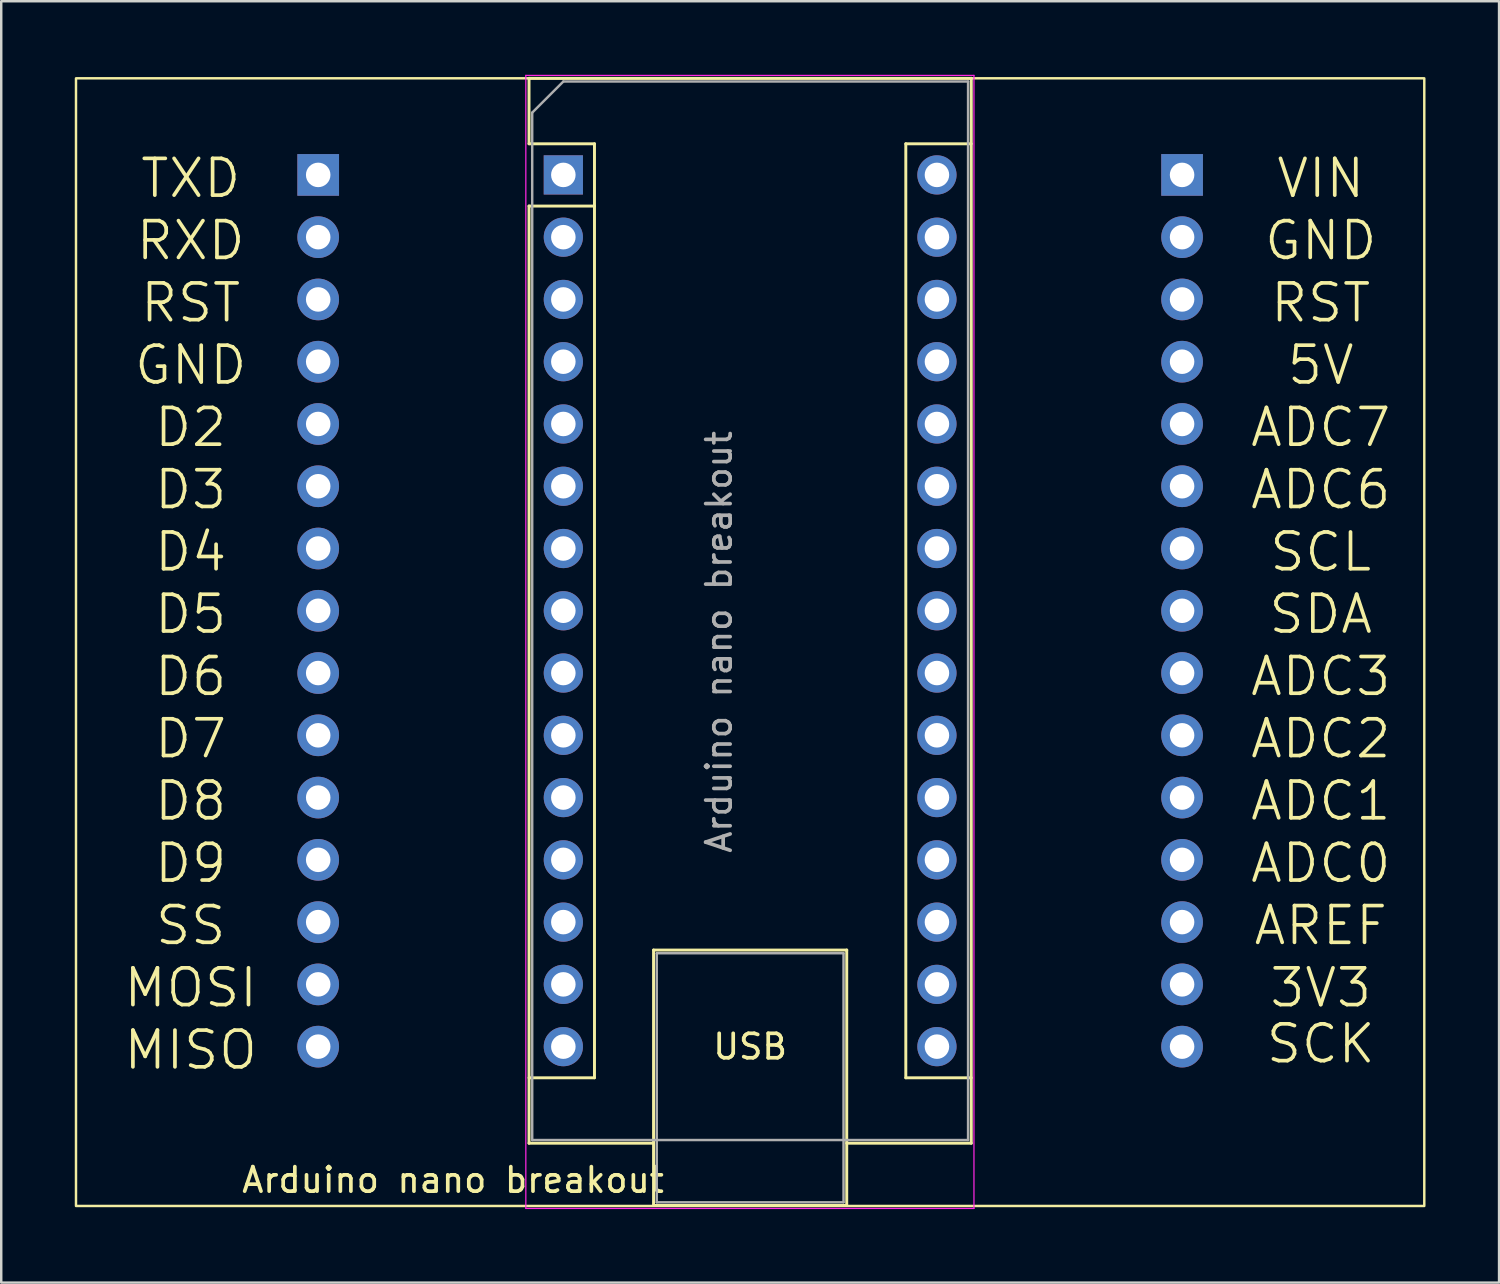
<source format=kicad_pcb>
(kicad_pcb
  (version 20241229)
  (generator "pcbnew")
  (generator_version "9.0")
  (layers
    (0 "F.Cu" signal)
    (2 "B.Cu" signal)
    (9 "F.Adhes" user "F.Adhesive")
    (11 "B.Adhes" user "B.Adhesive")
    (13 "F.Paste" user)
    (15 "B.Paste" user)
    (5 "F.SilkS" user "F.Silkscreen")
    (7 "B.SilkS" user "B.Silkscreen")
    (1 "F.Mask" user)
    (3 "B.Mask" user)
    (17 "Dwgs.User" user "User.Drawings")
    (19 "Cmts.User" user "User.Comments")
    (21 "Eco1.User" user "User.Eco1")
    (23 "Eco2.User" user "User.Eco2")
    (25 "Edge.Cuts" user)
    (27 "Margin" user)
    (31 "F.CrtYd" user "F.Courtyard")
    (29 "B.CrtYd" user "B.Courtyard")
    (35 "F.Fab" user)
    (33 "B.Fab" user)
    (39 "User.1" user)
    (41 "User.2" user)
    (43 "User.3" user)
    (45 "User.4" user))
  (footprint "Arduino nano breakout"
    (layer "F.Cu")
    (at 19.93 4.085)
    (property "Reference" "Arduino nano breakout" (at -4.5 41 0) (layer "F.SilkS") (effects (font (size 1 1) (thickness 0.15))))
    (attr through_hole)
    (fp_line (start -1.4 -3.94) (end -1.4 -1.27) (stroke (width 0.12) (type solid)) (layer "F.SilkS"))
    (fp_line (start -1.4 1.27) (end -1.4 39.5) (stroke (width 0.12) (type solid)) (layer "F.SilkS"))
    (fp_line (start -1.4 39.5) (end 3.68 39.5) (stroke (width 0.12) (type solid)) (layer "F.SilkS"))
    (fp_line (start 1.27 -1.27) (end -1.4 -1.27) (stroke (width 0.12) (type solid)) (layer "F.SilkS"))
    (fp_line (start 1.27 1.27) (end -1.4 1.27) (stroke (width 0.12) (type solid)) (layer "F.SilkS"))
    (fp_line (start 1.27 1.27) (end 1.27 -1.27) (stroke (width 0.12) (type solid)) (layer "F.SilkS"))
    (fp_line (start 1.27 1.27) (end 1.27 36.83) (stroke (width 0.12) (type solid)) (layer "F.SilkS"))
    (fp_line (start 1.27 36.83) (end -1.4 36.83) (stroke (width 0.12) (type solid)) (layer "F.SilkS"))
    (fp_line (start 3.68 31.62) (end 11.56 31.62) (stroke (width 0.12) (type solid)) (layer "F.SilkS"))
    (fp_line (start 3.68 42.04) (end 3.68 31.62) (stroke (width 0.12) (type solid)) (layer "F.SilkS"))
    (fp_line (start 11.56 31.62) (end 11.56 42.04) (stroke (width 0.12) (type solid)) (layer "F.SilkS"))
    (fp_line (start 11.56 42.04) (end 3.68 42.04) (stroke (width 0.12) (type solid)) (layer "F.SilkS"))
    (fp_line (start 13.97 -1.27) (end 13.97 36.83) (stroke (width 0.12) (type solid)) (layer "F.SilkS"))
    (fp_line (start 13.97 -1.27) (end 16.64 -1.27) (stroke (width 0.12) (type solid)) (layer "F.SilkS"))
    (fp_line (start 13.97 36.83) (end 16.64 36.83) (stroke (width 0.12) (type solid)) (layer "F.SilkS"))
    (fp_line (start 16.64 -3.94) (end -1.4 -3.94) (stroke (width 0.12) (type solid)) (layer "F.SilkS"))
    (fp_line (start 16.64 39.5) (end 11.56 39.5) (stroke (width 0.12) (type solid)) (layer "F.SilkS"))
    (fp_line (start 16.64 39.5) (end 16.64 -3.94) (stroke (width 0.12) (type solid)) (layer "F.SilkS"))
    (fp_rect (start -19.88 -3.94) (end 35.12 42.06) (stroke (width 0.1) (type default)) (fill no) (layer "F.SilkS"))
    (fp_line (start -1.53 -4.06) (end -1.53 42.16) (stroke (width 0.05) (type solid)) (layer "F.CrtYd"))
    (fp_line (start -1.53 -4.06) (end 16.75 -4.06) (stroke (width 0.05) (type solid)) (layer "F.CrtYd"))
    (fp_line (start 16.75 42.16) (end -1.53 42.16) (stroke (width 0.05) (type solid)) (layer "F.CrtYd"))
    (fp_line (start 16.75 42.16) (end 16.75 -4.06) (stroke (width 0.05) (type solid)) (layer "F.CrtYd"))
    (fp_line (start -1.27 -2.54) (end 0 -3.81) (stroke (width 0.1) (type solid)) (layer "F.Fab"))
    (fp_line (start -1.27 39.37) (end -1.27 -2.54) (stroke (width 0.1) (type solid)) (layer "F.Fab"))
    (fp_line (start 0 -3.81) (end 16.51 -3.81) (stroke (width 0.1) (type solid)) (layer "F.Fab"))
    (fp_line (start 3.81 31.75) (end 11.43 31.75) (stroke (width 0.1) (type solid)) (layer "F.Fab"))
    (fp_line (start 3.81 41.91) (end 3.81 31.75) (stroke (width 0.1) (type solid)) (layer "F.Fab"))
    (fp_line (start 11.43 31.75) (end 11.43 41.91) (stroke (width 0.1) (type solid)) (layer "F.Fab"))
    (fp_line (start 11.43 41.91) (end 3.81 41.91) (stroke (width 0.1) (type solid)) (layer "F.Fab"))
    (fp_line (start 16.51 -3.81) (end 16.51 39.37) (stroke (width 0.1) (type solid)) (layer "F.Fab"))
    (fp_line (start 16.51 39.37) (end -1.27 39.37) (stroke (width 0.1) (type solid)) (layer "F.Fab"))
    (fp_text user "3V3" (at 28.726 34.036 0) (unlocked yes) (layer "F.SilkS") (effects (font (size 1.5 1.5) (thickness 0.15)) (justify left bottom)))
    (fp_text user "D8\n" (at -16.764 26.416 0) (unlocked yes) (layer "F.SilkS") (effects (font (size 1.5 1.5) (thickness 0.15)) (justify left bottom)))
    (fp_text user "5V" (at 29.44 8.636 0) (unlocked yes) (layer "F.SilkS") (effects (font (size 1.5 1.5) (thickness 0.15)) (justify left bottom)))
    (fp_text user "D3" (at -16.764 13.716 0) (unlocked yes) (layer "F.SilkS") (effects (font (size 1.5 1.5) (thickness 0.15)) (justify left bottom)))
    (fp_text user "MOSI" (at -18.014 34.036 0) (unlocked yes) (layer "F.SilkS") (effects (font (size 1.5 1.5) (thickness 0.15)) (justify left bottom)))
    (fp_text user "RST" (at 28.762 6.096 0) (unlocked yes) (layer "F.SilkS") (effects (font (size 1.5 1.5) (thickness 0.15)) (justify left bottom)))
    (fp_text user "D9\n" (at -16.764 28.956 0) (unlocked yes) (layer "F.SilkS") (effects (font (size 1.5 1.5) (thickness 0.15)) (justify left bottom)))
    (fp_text user "GND" (at -17.585 8.636 0) (unlocked yes) (layer "F.SilkS") (effects (font (size 1.5 1.5) (thickness 0.15)) (justify left bottom)))
    (fp_text user "GND" (at 28.512 3.556 0) (unlocked yes) (layer "F.SilkS") (effects (font (size 1.5 1.5) (thickness 0.15)) (justify left bottom)))
    (fp_text user "SDA" (at 28.69 18.796 0) (unlocked yes) (layer "F.SilkS") (effects (font (size 1.5 1.5) (thickness 0.15)) (justify left bottom)))
    (fp_text user "RXD" (at -17.514 3.556 0) (unlocked yes) (layer "F.SilkS") (effects (font (size 1.5 1.5) (thickness 0.15)) (justify left bottom)))
    (fp_text user "ADC3" (at 27.94 21.336 0) (unlocked yes) (layer "F.SilkS") (effects (font (size 1.5 1.5) (thickness 0.15)) (justify left bottom)))
    (fp_text user "D6\n" (at -16.764 21.336 0) (unlocked yes) (layer "F.SilkS") (effects (font (size 1.5 1.5) (thickness 0.15)) (justify left bottom)))
    (fp_text user "ADC1\n" (at 27.94 26.416 0) (unlocked yes) (layer "F.SilkS") (effects (font (size 1.5 1.5) (thickness 0.15)) (justify left bottom)))
    (fp_text user "SS" (at -16.728 31.496 0) (unlocked yes) (layer "F.SilkS") (effects (font (size 1.5 1.5) (thickness 0.15)) (justify left bottom)))
    (fp_text user "ADC7" (at 27.94 11.176 0) (unlocked yes) (layer "F.SilkS") (effects (font (size 1.5 1.5) (thickness 0.15)) (justify left bottom)))
    (fp_text user "AREF" (at 28.083 31.496 0) (unlocked yes) (layer "F.SilkS") (effects (font (size 1.5 1.5) (thickness 0.15)) (justify left bottom)))
    (fp_text user "RST" (at -17.335 6.096 0) (unlocked yes) (layer "F.SilkS") (effects (font (size 1.5 1.5) (thickness 0.15)) (justify left bottom)))
    (fp_text user "ADC2" (at 27.94 23.876 0) (unlocked yes) (layer "F.SilkS") (effects (font (size 1.5 1.5) (thickness 0.15)) (justify left bottom)))
    (fp_text user "ADC0" (at 27.94 28.956 0) (unlocked yes) (layer "F.SilkS") (effects (font (size 1.5 1.5) (thickness 0.15)) (justify left bottom)))
    (fp_text user "D4" (at -16.764 16.256 0) (unlocked yes) (layer "F.SilkS") (effects (font (size 1.5 1.5) (thickness 0.15)) (justify left bottom)))
    (fp_text user "VIN" (at 29.012 1.016 0) (unlocked yes) (layer "F.SilkS") (effects (font (size 1.5 1.5) (thickness 0.15)) (justify left bottom)))
    (fp_text user "TXD" (at -17.335 1.016 0) (unlocked yes) (layer "F.SilkS") (effects (font (size 1.5 1.5) (thickness 0.15)) (justify left bottom)))
    (fp_text user "USB" (at 7.62 35.56 0) (unlocked yes) (layer "F.SilkS") (effects (font (size 1 1) (thickness 0.15))))
    (fp_text user "D5\n" (at -16.764 18.796 0) (unlocked yes) (layer "F.SilkS") (effects (font (size 1.5 1.5) (thickness 0.15)) (justify left bottom)))
    (fp_text user "MISO" (at -18.014 36.576 0) (unlocked yes) (layer "F.SilkS") (effects (font (size 1.5 1.5) (thickness 0.15)) (justify left bottom)))
    (fp_text user "D2" (at -16.764 11.176 0) (unlocked yes) (layer "F.SilkS") (effects (font (size 1.5 1.5) (thickness 0.15)) (justify left bottom)))
    (fp_text user "ADC6" (at 27.94 13.716 0) (unlocked yes) (layer "F.SilkS") (effects (font (size 1.5 1.5) (thickness 0.15)) (justify left bottom)))
    (fp_text user "D7\n" (at -16.764 23.876 0) (unlocked yes) (layer "F.SilkS") (effects (font (size 1.5 1.5) (thickness 0.15)) (justify left bottom)))
    (fp_text user "SCK" (at 28.583 36.322 0) (unlocked yes) (layer "F.SilkS") (effects (font (size 1.5 1.5) (thickness 0.15)) (justify left bottom)))
    (fp_text user "SCL" (at 28.726 16.256 0) (unlocked yes) (layer "F.SilkS") (effects (font (size 1.5 1.5) (thickness 0.15)) (justify left bottom)))
    (fp_text user "${REFERENCE}" (at 6.35 19.05 90) (layer "F.Fab") (effects (font (size 1 1) (thickness 0.15))))
    (pad "1" thru_hole rect (at -10 0) (size 1.7 1.7) (drill 1) (layers "*.Cu" "*.Mask"))
    (pad "1" thru_hole rect (at 0 0) (size 1.6 1.6) (drill 1) (layers "*.Cu" "*.Mask"))
    (pad "2" thru_hole oval (at -10 2.54) (size 1.7 1.7) (drill 1) (layers "*.Cu" "*.Mask"))
    (pad "2" thru_hole oval (at 0 2.54) (size 1.6 1.6) (drill 1) (layers "*.Cu" "*.Mask"))
    (pad "3" thru_hole oval (at -10 5.08) (size 1.7 1.7) (drill 1) (layers "*.Cu" "*.Mask"))
    (pad "3" thru_hole oval (at 0 5.08) (size 1.6 1.6) (drill 1) (layers "*.Cu" "*.Mask"))
    (pad "4" thru_hole oval (at -10 7.62) (size 1.7 1.7) (drill 1) (layers "*.Cu" "*.Mask"))
    (pad "4" thru_hole oval (at 0 7.62) (size 1.6 1.6) (drill 1) (layers "*.Cu" "*.Mask"))
    (pad "5" thru_hole oval (at -10 10.16) (size 1.7 1.7) (drill 1) (layers "*.Cu" "*.Mask"))
    (pad "5" thru_hole oval (at 0 10.16) (size 1.6 1.6) (drill 1) (layers "*.Cu" "*.Mask"))
    (pad "6" thru_hole oval (at -10 12.7) (size 1.7 1.7) (drill 1) (layers "*.Cu" "*.Mask"))
    (pad "6" thru_hole oval (at 0 12.7) (size 1.6 1.6) (drill 1) (layers "*.Cu" "*.Mask"))
    (pad "7" thru_hole oval (at -10 15.24) (size 1.7 1.7) (drill 1) (layers "*.Cu" "*.Mask"))
    (pad "7" thru_hole oval (at 0 15.24) (size 1.6 1.6) (drill 1) (layers "*.Cu" "*.Mask"))
    (pad "8" thru_hole oval (at -10 17.78) (size 1.7 1.7) (drill 1) (layers "*.Cu" "*.Mask"))
    (pad "8" thru_hole oval (at 0 17.78) (size 1.6 1.6) (drill 1) (layers "*.Cu" "*.Mask"))
    (pad "9" thru_hole oval (at -10 20.32) (size 1.7 1.7) (drill 1) (layers "*.Cu" "*.Mask"))
    (pad "9" thru_hole oval (at 0 20.32) (size 1.6 1.6) (drill 1) (layers "*.Cu" "*.Mask"))
    (pad "10" thru_hole oval (at -10 22.86) (size 1.7 1.7) (drill 1) (layers "*.Cu" "*.Mask"))
    (pad "10" thru_hole oval (at 0 22.86) (size 1.6 1.6) (drill 1) (layers "*.Cu" "*.Mask"))
    (pad "11" thru_hole oval (at -10 25.4) (size 1.7 1.7) (drill 1) (layers "*.Cu" "*.Mask"))
    (pad "11" thru_hole oval (at 0 25.4) (size 1.6 1.6) (drill 1) (layers "*.Cu" "*.Mask"))
    (pad "12" thru_hole oval (at -10 27.94) (size 1.7 1.7) (drill 1) (layers "*.Cu" "*.Mask"))
    (pad "12" thru_hole oval (at 0 27.94) (size 1.6 1.6) (drill 1) (layers "*.Cu" "*.Mask"))
    (pad "13" thru_hole oval (at -10 30.48) (size 1.7 1.7) (drill 1) (layers "*.Cu" "*.Mask"))
    (pad "13" thru_hole oval (at 0 30.48) (size 1.6 1.6) (drill 1) (layers "*.Cu" "*.Mask"))
    (pad "14" thru_hole oval (at -10 33.02) (size 1.7 1.7) (drill 1) (layers "*.Cu" "*.Mask"))
    (pad "14" thru_hole oval (at 0 33.02) (size 1.6 1.6) (drill 1) (layers "*.Cu" "*.Mask"))
    (pad "15" thru_hole oval (at -10 35.56) (size 1.7 1.7) (drill 1) (layers "*.Cu" "*.Mask"))
    (pad "15" thru_hole oval (at 0 35.56) (size 1.6 1.6) (drill 1) (layers "*.Cu" "*.Mask"))
    (pad "16" thru_hole oval (at 15.24 35.56) (size 1.6 1.6) (drill 1) (layers "*.Cu" "*.Mask"))
    (pad "16" thru_hole oval (at 25.24 35.56) (size 1.7 1.7) (drill 1) (layers "*.Cu" "*.Mask"))
    (pad "17" thru_hole oval (at 15.24 33.02) (size 1.6 1.6) (drill 1) (layers "*.Cu" "*.Mask"))
    (pad "17" thru_hole oval (at 25.24 33.02) (size 1.7 1.7) (drill 1) (layers "*.Cu" "*.Mask"))
    (pad "18" thru_hole oval (at 15.24 30.48) (size 1.6 1.6) (drill 1) (layers "*.Cu" "*.Mask"))
    (pad "18" thru_hole oval (at 25.24 30.48) (size 1.7 1.7) (drill 1) (layers "*.Cu" "*.Mask"))
    (pad "19" thru_hole oval (at 15.24 27.94) (size 1.6 1.6) (drill 1) (layers "*.Cu" "*.Mask"))
    (pad "19" thru_hole oval (at 25.24 27.94) (size 1.7 1.7) (drill 1) (layers "*.Cu" "*.Mask"))
    (pad "20" thru_hole oval (at 15.24 25.4) (size 1.6 1.6) (drill 1) (layers "*.Cu" "*.Mask"))
    (pad "20" thru_hole oval (at 25.24 25.4) (size 1.7 1.7) (drill 1) (layers "*.Cu" "*.Mask"))
    (pad "21" thru_hole oval (at 15.24 22.86) (size 1.6 1.6) (drill 1) (layers "*.Cu" "*.Mask"))
    (pad "21" thru_hole oval (at 25.24 22.86) (size 1.7 1.7) (drill 1) (layers "*.Cu" "*.Mask"))
    (pad "22" thru_hole oval (at 15.24 20.32) (size 1.6 1.6) (drill 1) (layers "*.Cu" "*.Mask"))
    (pad "22" thru_hole oval (at 25.24 20.32) (size 1.7 1.7) (drill 1) (layers "*.Cu" "*.Mask"))
    (pad "23" thru_hole oval (at 15.24 17.78) (size 1.6 1.6) (drill 1) (layers "*.Cu" "*.Mask"))
    (pad "23" thru_hole oval (at 25.24 17.78) (size 1.7 1.7) (drill 1) (layers "*.Cu" "*.Mask"))
    (pad "24" thru_hole oval (at 15.24 15.24) (size 1.6 1.6) (drill 1) (layers "*.Cu" "*.Mask"))
    (pad "24" thru_hole oval (at 25.24 15.24) (size 1.7 1.7) (drill 1) (layers "*.Cu" "*.Mask"))
    (pad "25" thru_hole oval (at 15.24 12.7) (size 1.6 1.6) (drill 1) (layers "*.Cu" "*.Mask"))
    (pad "25" thru_hole oval (at 25.24 12.7) (size 1.7 1.7) (drill 1) (layers "*.Cu" "*.Mask"))
    (pad "26" thru_hole oval (at 15.24 10.16) (size 1.6 1.6) (drill 1) (layers "*.Cu" "*.Mask"))
    (pad "26" thru_hole oval (at 25.24 10.16) (size 1.7 1.7) (drill 1) (layers "*.Cu" "*.Mask"))
    (pad "27" thru_hole oval (at 15.24 7.62) (size 1.6 1.6) (drill 1) (layers "*.Cu" "*.Mask"))
    (pad "27" thru_hole oval (at 25.24 7.62) (size 1.7 1.7) (drill 1) (layers "*.Cu" "*.Mask"))
    (pad "28" thru_hole oval (at 15.24 5.08) (size 1.6 1.6) (drill 1) (layers "*.Cu" "*.Mask"))
    (pad "28" thru_hole oval (at 25.24 5.08) (size 1.7 1.7) (drill 1) (layers "*.Cu" "*.Mask"))
    (pad "29" thru_hole oval (at 15.24 2.54) (size 1.6 1.6) (drill 1) (layers "*.Cu" "*.Mask"))
    (pad "29" thru_hole oval (at 25.24 2.54) (size 1.7 1.7) (drill 1) (layers "*.Cu" "*.Mask"))
    (pad "30" thru_hole oval (at 15.24 0) (size 1.6 1.6) (drill 1) (layers "*.Cu" "*.Mask"))
    (pad "30" thru_hole rect (at 25.24 0) (size 1.7 1.7) (drill 1) (layers "*.Cu" "*.Mask")))
  (gr_rect
    (start -3 -3)
    (end 58.1 49.27)
    (stroke (width 0.1) (type default))
    (fill no)
    (layer "Edge.Cuts")))
</source>
